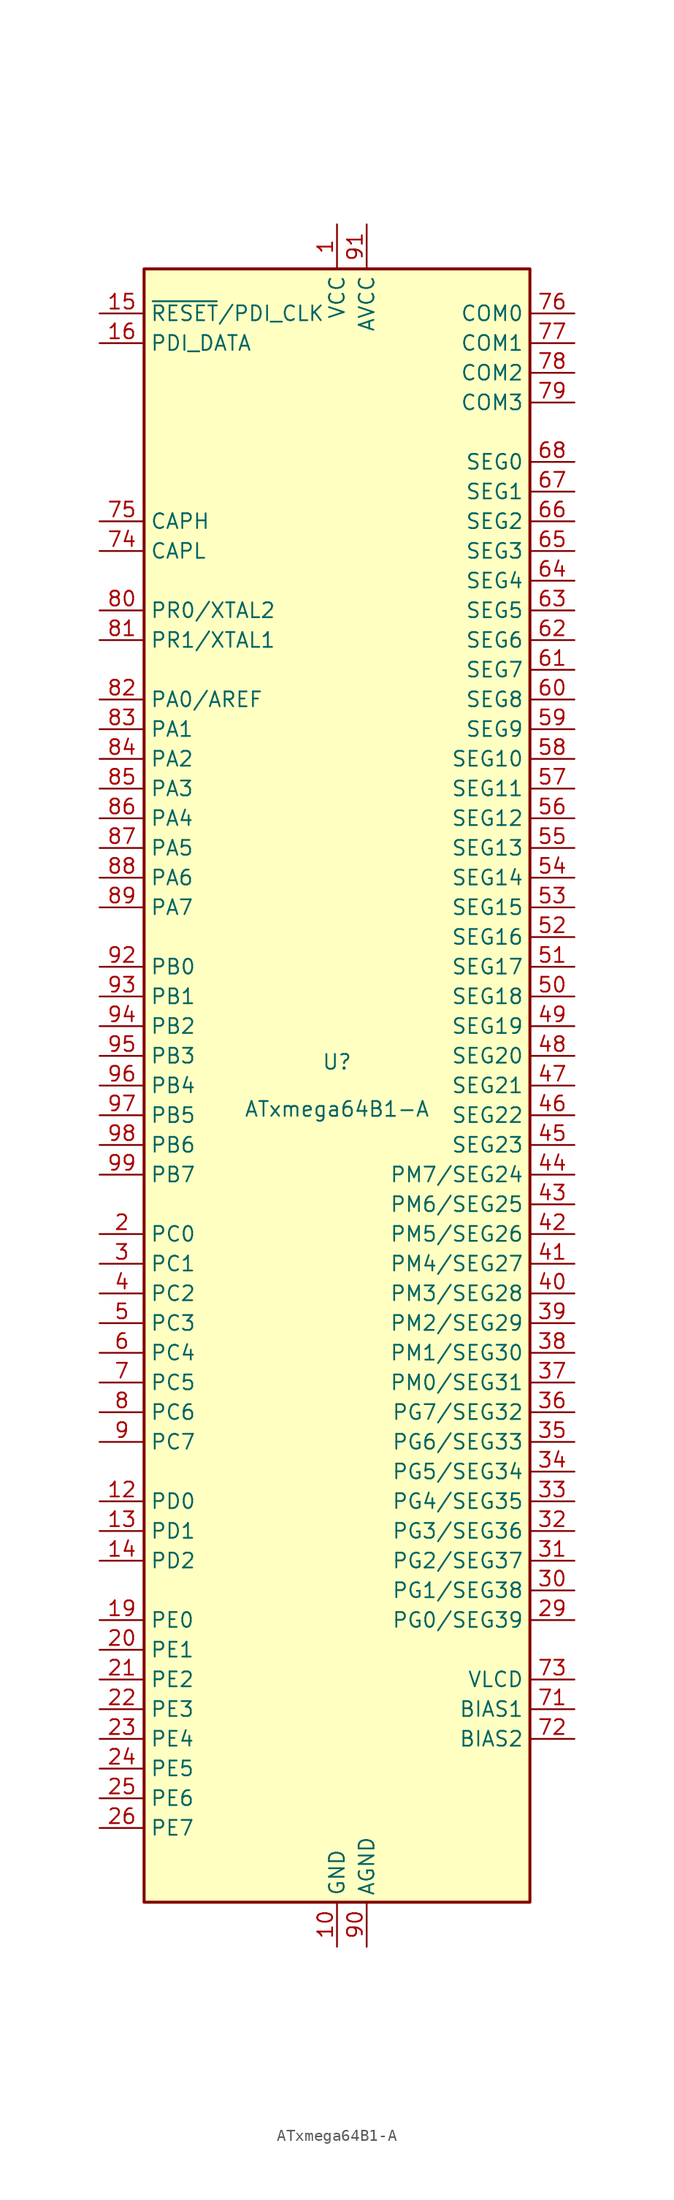
<source format=kicad_sym>
(kicad_symbol_lib
  (version 20201005)
  (generator kicad_symbol_editor)
  (symbol "ATxmega64B1-A"
    (property "Reference" "U"
      (at 0 1.27 0)
      (effects (font (size 1.27 1.27)) (justify bottom)))
    (property "Value" "ATxmega64B1-A"
      (at 0 -1.27 0)
      (effects (font (size 1.27 1.27)) (justify top)))
    (symbol "ATxmega64B1-A_0_1"
      (rectangle (start -16.51 -69.85) (end 16.51 69.85) (stroke (width 0.254)) (fill (type background))))
    (symbol "ATxmega64B1-A_1_1"
      (pin power_in line (at 0 73.66 270) (length 3.81) (name "VCC" (effects (font (size 1.27 1.27)))) (number "1" (effects (font (size 1.27 1.27)))))
      (pin power_in line (at 0 -73.66 90) (length 3.81) (name "GND" (effects (font (size 1.27 1.27)))) (number "10" (effects (font (size 1.27 1.27)))))
      (pin passive line (at 0 -73.66 90) (length 3.81) hide (name "GND" (effects (font (size 1.27 1.27)))) (number "100" (effects (font (size 1.27 1.27)))))
      (pin passive line (at 0 73.66 270) (length 3.81) hide (name "VCC" (effects (font (size 1.27 1.27)))) (number "11" (effects (font (size 1.27 1.27)))))
      (pin bidirectional line (at -20.32 -35.56 0) (length 3.81) (name "PD0" (effects (font (size 1.27 1.27)))) (number "12" (effects (font (size 1.27 1.27)))))
      (pin bidirectional line (at -20.32 -38.1 0) (length 3.81) (name "PD1" (effects (font (size 1.27 1.27)))) (number "13" (effects (font (size 1.27 1.27)))))
      (pin bidirectional line (at -20.32 -40.64 0) (length 3.81) (name "PD2" (effects (font (size 1.27 1.27)))) (number "14" (effects (font (size 1.27 1.27)))))
      (pin input line (at -20.32 66.04 0) (length 3.81) (name "~RESET~/PDI_CLK" (effects (font (size 1.27 1.27)))) (number "15" (effects (font (size 1.27 1.27)))))
      (pin bidirectional line (at -20.32 63.5 0) (length 3.81) (name "PDI_DATA" (effects (font (size 1.27 1.27)))) (number "16" (effects (font (size 1.27 1.27)))))
      (pin passive line (at 0 -73.66 90) (length 3.81) hide (name "GND" (effects (font (size 1.27 1.27)))) (number "17" (effects (font (size 1.27 1.27)))))
      (pin passive line (at 0 73.66 270) (length 3.81) hide (name "VCC" (effects (font (size 1.27 1.27)))) (number "18" (effects (font (size 1.27 1.27)))))
      (pin bidirectional line (at -20.32 -45.72 0) (length 3.81) (name "PE0" (effects (font (size 1.27 1.27)))) (number "19" (effects (font (size 1.27 1.27)))))
      (pin bidirectional line (at -20.32 -12.7 0) (length 3.81) (name "PC0" (effects (font (size 1.27 1.27)))) (number "2" (effects (font (size 1.27 1.27)))))
      (pin bidirectional line (at -20.32 -48.26 0) (length 3.81) (name "PE1" (effects (font (size 1.27 1.27)))) (number "20" (effects (font (size 1.27 1.27)))))
      (pin bidirectional line (at -20.32 -50.8 0) (length 3.81) (name "PE2" (effects (font (size 1.27 1.27)))) (number "21" (effects (font (size 1.27 1.27)))))
      (pin bidirectional line (at -20.32 -53.34 0) (length 3.81) (name "PE3" (effects (font (size 1.27 1.27)))) (number "22" (effects (font (size 1.27 1.27)))))
      (pin bidirectional line (at -20.32 -55.88 0) (length 3.81) (name "PE4" (effects (font (size 1.27 1.27)))) (number "23" (effects (font (size 1.27 1.27)))))
      (pin bidirectional line (at -20.32 -58.42 0) (length 3.81) (name "PE5" (effects (font (size 1.27 1.27)))) (number "24" (effects (font (size 1.27 1.27)))))
      (pin bidirectional line (at -20.32 -60.96 0) (length 3.81) (name "PE6" (effects (font (size 1.27 1.27)))) (number "25" (effects (font (size 1.27 1.27)))))
      (pin bidirectional line (at -20.32 -63.5 0) (length 3.81) (name "PE7" (effects (font (size 1.27 1.27)))) (number "26" (effects (font (size 1.27 1.27)))))
      (pin passive line (at 0 -73.66 90) (length 3.81) hide (name "GND" (effects (font (size 1.27 1.27)))) (number "27" (effects (font (size 1.27 1.27)))))
      (pin passive line (at 0 73.66 270) (length 3.81) hide (name "VCC" (effects (font (size 1.27 1.27)))) (number "28" (effects (font (size 1.27 1.27)))))
      (pin bidirectional line (at 20.32 -45.72 180) (length 3.81) (name "PG0/SEG39" (effects (font (size 1.27 1.27)))) (number "29" (effects (font (size 1.27 1.27)))))
      (pin bidirectional line (at -20.32 -15.24 0) (length 3.81) (name "PC1" (effects (font (size 1.27 1.27)))) (number "3" (effects (font (size 1.27 1.27)))))
      (pin bidirectional line (at 20.32 -43.18 180) (length 3.81) (name "PG1/SEG38" (effects (font (size 1.27 1.27)))) (number "30" (effects (font (size 1.27 1.27)))))
      (pin bidirectional line (at 20.32 -40.64 180) (length 3.81) (name "PG2/SEG37" (effects (font (size 1.27 1.27)))) (number "31" (effects (font (size 1.27 1.27)))))
      (pin bidirectional line (at 20.32 -38.1 180) (length 3.81) (name "PG3/SEG36" (effects (font (size 1.27 1.27)))) (number "32" (effects (font (size 1.27 1.27)))))
      (pin bidirectional line (at 20.32 -35.56 180) (length 3.81) (name "PG4/SEG35" (effects (font (size 1.27 1.27)))) (number "33" (effects (font (size 1.27 1.27)))))
      (pin bidirectional line (at 20.32 -33.02 180) (length 3.81) (name "PG5/SEG34" (effects (font (size 1.27 1.27)))) (number "34" (effects (font (size 1.27 1.27)))))
      (pin bidirectional line (at 20.32 -30.48 180) (length 3.81) (name "PG6/SEG33" (effects (font (size 1.27 1.27)))) (number "35" (effects (font (size 1.27 1.27)))))
      (pin bidirectional line (at 20.32 -27.94 180) (length 3.81) (name "PG7/SEG32" (effects (font (size 1.27 1.27)))) (number "36" (effects (font (size 1.27 1.27)))))
      (pin bidirectional line (at 20.32 -25.4 180) (length 3.81) (name "PM0/SEG31" (effects (font (size 1.27 1.27)))) (number "37" (effects (font (size 1.27 1.27)))))
      (pin bidirectional line (at 20.32 -22.86 180) (length 3.81) (name "PM1/SEG30" (effects (font (size 1.27 1.27)))) (number "38" (effects (font (size 1.27 1.27)))))
      (pin bidirectional line (at 20.32 -20.32 180) (length 3.81) (name "PM2/SEG29" (effects (font (size 1.27 1.27)))) (number "39" (effects (font (size 1.27 1.27)))))
      (pin bidirectional line (at -20.32 -17.78 0) (length 3.81) (name "PC2" (effects (font (size 1.27 1.27)))) (number "4" (effects (font (size 1.27 1.27)))))
      (pin bidirectional line (at 20.32 -17.78 180) (length 3.81) (name "PM3/SEG28" (effects (font (size 1.27 1.27)))) (number "40" (effects (font (size 1.27 1.27)))))
      (pin bidirectional line (at 20.32 -15.24 180) (length 3.81) (name "PM4/SEG27" (effects (font (size 1.27 1.27)))) (number "41" (effects (font (size 1.27 1.27)))))
      (pin bidirectional line (at 20.32 -12.7 180) (length 3.81) (name "PM5/SEG26" (effects (font (size 1.27 1.27)))) (number "42" (effects (font (size 1.27 1.27)))))
      (pin bidirectional line (at 20.32 -10.16 180) (length 3.81) (name "PM6/SEG25" (effects (font (size 1.27 1.27)))) (number "43" (effects (font (size 1.27 1.27)))))
      (pin bidirectional line (at 20.32 -7.62 180) (length 3.81) (name "PM7/SEG24" (effects (font (size 1.27 1.27)))) (number "44" (effects (font (size 1.27 1.27)))))
      (pin output line (at 20.32 -5.08 180) (length 3.81) (name "SEG23" (effects (font (size 1.27 1.27)))) (number "45" (effects (font (size 1.27 1.27)))))
      (pin output line (at 20.32 -2.54 180) (length 3.81) (name "SEG22" (effects (font (size 1.27 1.27)))) (number "46" (effects (font (size 1.27 1.27)))))
      (pin output line (at 20.32 0 180) (length 3.81) (name "SEG21" (effects (font (size 1.27 1.27)))) (number "47" (effects (font (size 1.27 1.27)))))
      (pin output line (at 20.32 2.54 180) (length 3.81) (name "SEG20" (effects (font (size 1.27 1.27)))) (number "48" (effects (font (size 1.27 1.27)))))
      (pin output line (at 20.32 5.08 180) (length 3.81) (name "SEG19" (effects (font (size 1.27 1.27)))) (number "49" (effects (font (size 1.27 1.27)))))
      (pin bidirectional line (at -20.32 -20.32 0) (length 3.81) (name "PC3" (effects (font (size 1.27 1.27)))) (number "5" (effects (font (size 1.27 1.27)))))
      (pin output line (at 20.32 7.62 180) (length 3.81) (name "SEG18" (effects (font (size 1.27 1.27)))) (number "50" (effects (font (size 1.27 1.27)))))
      (pin output line (at 20.32 10.16 180) (length 3.81) (name "SEG17" (effects (font (size 1.27 1.27)))) (number "51" (effects (font (size 1.27 1.27)))))
      (pin output line (at 20.32 12.7 180) (length 3.81) (name "SEG16" (effects (font (size 1.27 1.27)))) (number "52" (effects (font (size 1.27 1.27)))))
      (pin output line (at 20.32 15.24 180) (length 3.81) (name "SEG15" (effects (font (size 1.27 1.27)))) (number "53" (effects (font (size 1.27 1.27)))))
      (pin output line (at 20.32 17.78 180) (length 3.81) (name "SEG14" (effects (font (size 1.27 1.27)))) (number "54" (effects (font (size 1.27 1.27)))))
      (pin output line (at 20.32 20.32 180) (length 3.81) (name "SEG13" (effects (font (size 1.27 1.27)))) (number "55" (effects (font (size 1.27 1.27)))))
      (pin output line (at 20.32 22.86 180) (length 3.81) (name "SEG12" (effects (font (size 1.27 1.27)))) (number "56" (effects (font (size 1.27 1.27)))))
      (pin output line (at 20.32 25.4 180) (length 3.81) (name "SEG11" (effects (font (size 1.27 1.27)))) (number "57" (effects (font (size 1.27 1.27)))))
      (pin output line (at 20.32 27.94 180) (length 3.81) (name "SEG10" (effects (font (size 1.27 1.27)))) (number "58" (effects (font (size 1.27 1.27)))))
      (pin output line (at 20.32 30.48 180) (length 3.81) (name "SEG9" (effects (font (size 1.27 1.27)))) (number "59" (effects (font (size 1.27 1.27)))))
      (pin bidirectional line (at -20.32 -22.86 0) (length 3.81) (name "PC4" (effects (font (size 1.27 1.27)))) (number "6" (effects (font (size 1.27 1.27)))))
      (pin output line (at 20.32 33.02 180) (length 3.81) (name "SEG8" (effects (font (size 1.27 1.27)))) (number "60" (effects (font (size 1.27 1.27)))))
      (pin output line (at 20.32 35.56 180) (length 3.81) (name "SEG7" (effects (font (size 1.27 1.27)))) (number "61" (effects (font (size 1.27 1.27)))))
      (pin output line (at 20.32 38.1 180) (length 3.81) (name "SEG6" (effects (font (size 1.27 1.27)))) (number "62" (effects (font (size 1.27 1.27)))))
      (pin output line (at 20.32 40.64 180) (length 3.81) (name "SEG5" (effects (font (size 1.27 1.27)))) (number "63" (effects (font (size 1.27 1.27)))))
      (pin output line (at 20.32 43.18 180) (length 3.81) (name "SEG4" (effects (font (size 1.27 1.27)))) (number "64" (effects (font (size 1.27 1.27)))))
      (pin output line (at 20.32 45.72 180) (length 3.81) (name "SEG3" (effects (font (size 1.27 1.27)))) (number "65" (effects (font (size 1.27 1.27)))))
      (pin output line (at 20.32 48.26 180) (length 3.81) (name "SEG2" (effects (font (size 1.27 1.27)))) (number "66" (effects (font (size 1.27 1.27)))))
      (pin output line (at 20.32 50.8 180) (length 3.81) (name "SEG1" (effects (font (size 1.27 1.27)))) (number "67" (effects (font (size 1.27 1.27)))))
      (pin output line (at 20.32 53.34 180) (length 3.81) (name "SEG0" (effects (font (size 1.27 1.27)))) (number "68" (effects (font (size 1.27 1.27)))))
      (pin passive line (at 0 -73.66 90) (length 3.81) hide (name "GND" (effects (font (size 1.27 1.27)))) (number "69" (effects (font (size 1.27 1.27)))))
      (pin bidirectional line (at -20.32 -25.4 0) (length 3.81) (name "PC5" (effects (font (size 1.27 1.27)))) (number "7" (effects (font (size 1.27 1.27)))))
      (pin passive line (at 0 73.66 270) (length 3.81) hide (name "VCC" (effects (font (size 1.27 1.27)))) (number "70" (effects (font (size 1.27 1.27)))))
      (pin power_out line (at 20.32 -53.34 180) (length 3.81) (name "BIAS1" (effects (font (size 1.27 1.27)))) (number "71" (effects (font (size 1.27 1.27)))))
      (pin power_out line (at 20.32 -55.88 180) (length 3.81) (name "BIAS2" (effects (font (size 1.27 1.27)))) (number "72" (effects (font (size 1.27 1.27)))))
      (pin power_out line (at 20.32 -50.8 180) (length 3.81) (name "VLCD" (effects (font (size 1.27 1.27)))) (number "73" (effects (font (size 1.27 1.27)))))
      (pin passive line (at -20.32 45.72 0) (length 3.81) (name "CAPL" (effects (font (size 1.27 1.27)))) (number "74" (effects (font (size 1.27 1.27)))))
      (pin passive line (at -20.32 48.26 0) (length 3.81) (name "CAPH" (effects (font (size 1.27 1.27)))) (number "75" (effects (font (size 1.27 1.27)))))
      (pin output line (at 20.32 66.04 180) (length 3.81) (name "COM0" (effects (font (size 1.27 1.27)))) (number "76" (effects (font (size 1.27 1.27)))))
      (pin output line (at 20.32 63.5 180) (length 3.81) (name "COM1" (effects (font (size 1.27 1.27)))) (number "77" (effects (font (size 1.27 1.27)))))
      (pin output line (at 20.32 60.96 180) (length 3.81) (name "COM2" (effects (font (size 1.27 1.27)))) (number "78" (effects (font (size 1.27 1.27)))))
      (pin output line (at 20.32 58.42 180) (length 3.81) (name "COM3" (effects (font (size 1.27 1.27)))) (number "79" (effects (font (size 1.27 1.27)))))
      (pin bidirectional line (at -20.32 -27.94 0) (length 3.81) (name "PC6" (effects (font (size 1.27 1.27)))) (number "8" (effects (font (size 1.27 1.27)))))
      (pin bidirectional line (at -20.32 40.64 0) (length 3.81) (name "PR0/XTAL2" (effects (font (size 1.27 1.27)))) (number "80" (effects (font (size 1.27 1.27)))))
      (pin bidirectional line (at -20.32 38.1 0) (length 3.81) (name "PR1/XTAL1" (effects (font (size 1.27 1.27)))) (number "81" (effects (font (size 1.27 1.27)))))
      (pin bidirectional line (at -20.32 33.02 0) (length 3.81) (name "PA0/AREF" (effects (font (size 1.27 1.27)))) (number "82" (effects (font (size 1.27 1.27)))))
      (pin bidirectional line (at -20.32 30.48 0) (length 3.81) (name "PA1" (effects (font (size 1.27 1.27)))) (number "83" (effects (font (size 1.27 1.27)))))
      (pin bidirectional line (at -20.32 27.94 0) (length 3.81) (name "PA2" (effects (font (size 1.27 1.27)))) (number "84" (effects (font (size 1.27 1.27)))))
      (pin bidirectional line (at -20.32 25.4 0) (length 3.81) (name "PA3" (effects (font (size 1.27 1.27)))) (number "85" (effects (font (size 1.27 1.27)))))
      (pin bidirectional line (at -20.32 22.86 0) (length 3.81) (name "PA4" (effects (font (size 1.27 1.27)))) (number "86" (effects (font (size 1.27 1.27)))))
      (pin bidirectional line (at -20.32 20.32 0) (length 3.81) (name "PA5" (effects (font (size 1.27 1.27)))) (number "87" (effects (font (size 1.27 1.27)))))
      (pin bidirectional line (at -20.32 17.78 0) (length 3.81) (name "PA6" (effects (font (size 1.27 1.27)))) (number "88" (effects (font (size 1.27 1.27)))))
      (pin bidirectional line (at -20.32 15.24 0) (length 3.81) (name "PA7" (effects (font (size 1.27 1.27)))) (number "89" (effects (font (size 1.27 1.27)))))
      (pin bidirectional line (at -20.32 -30.48 0) (length 3.81) (name "PC7" (effects (font (size 1.27 1.27)))) (number "9" (effects (font (size 1.27 1.27)))))
      (pin power_in line (at 2.54 -73.66 90) (length 3.81) (name "AGND" (effects (font (size 1.27 1.27)))) (number "90" (effects (font (size 1.27 1.27)))))
      (pin power_in line (at 2.54 73.66 270) (length 3.81) (name "AVCC" (effects (font (size 1.27 1.27)))) (number "91" (effects (font (size 1.27 1.27)))))
      (pin bidirectional line (at -20.32 10.16 0) (length 3.81) (name "PB0" (effects (font (size 1.27 1.27)))) (number "92" (effects (font (size 1.27 1.27)))))
      (pin bidirectional line (at -20.32 7.62 0) (length 3.81) (name "PB1" (effects (font (size 1.27 1.27)))) (number "93" (effects (font (size 1.27 1.27)))))
      (pin bidirectional line (at -20.32 5.08 0) (length 3.81) (name "PB2" (effects (font (size 1.27 1.27)))) (number "94" (effects (font (size 1.27 1.27)))))
      (pin bidirectional line (at -20.32 2.54 0) (length 3.81) (name "PB3" (effects (font (size 1.27 1.27)))) (number "95" (effects (font (size 1.27 1.27)))))
      (pin bidirectional line (at -20.32 0 0) (length 3.81) (name "PB4" (effects (font (size 1.27 1.27)))) (number "96" (effects (font (size 1.27 1.27)))))
      (pin bidirectional line (at -20.32 -2.54 0) (length 3.81) (name "PB5" (effects (font (size 1.27 1.27)))) (number "97" (effects (font (size 1.27 1.27)))))
      (pin bidirectional line (at -20.32 -5.08 0) (length 3.81) (name "PB6" (effects (font (size 1.27 1.27)))) (number "98" (effects (font (size 1.27 1.27)))))
      (pin bidirectional line (at -20.32 -7.62 0) (length 3.81) (name "PB7" (effects (font (size 1.27 1.27)))) (number "99" (effects (font (size 1.27 1.27))))))))
</source>
